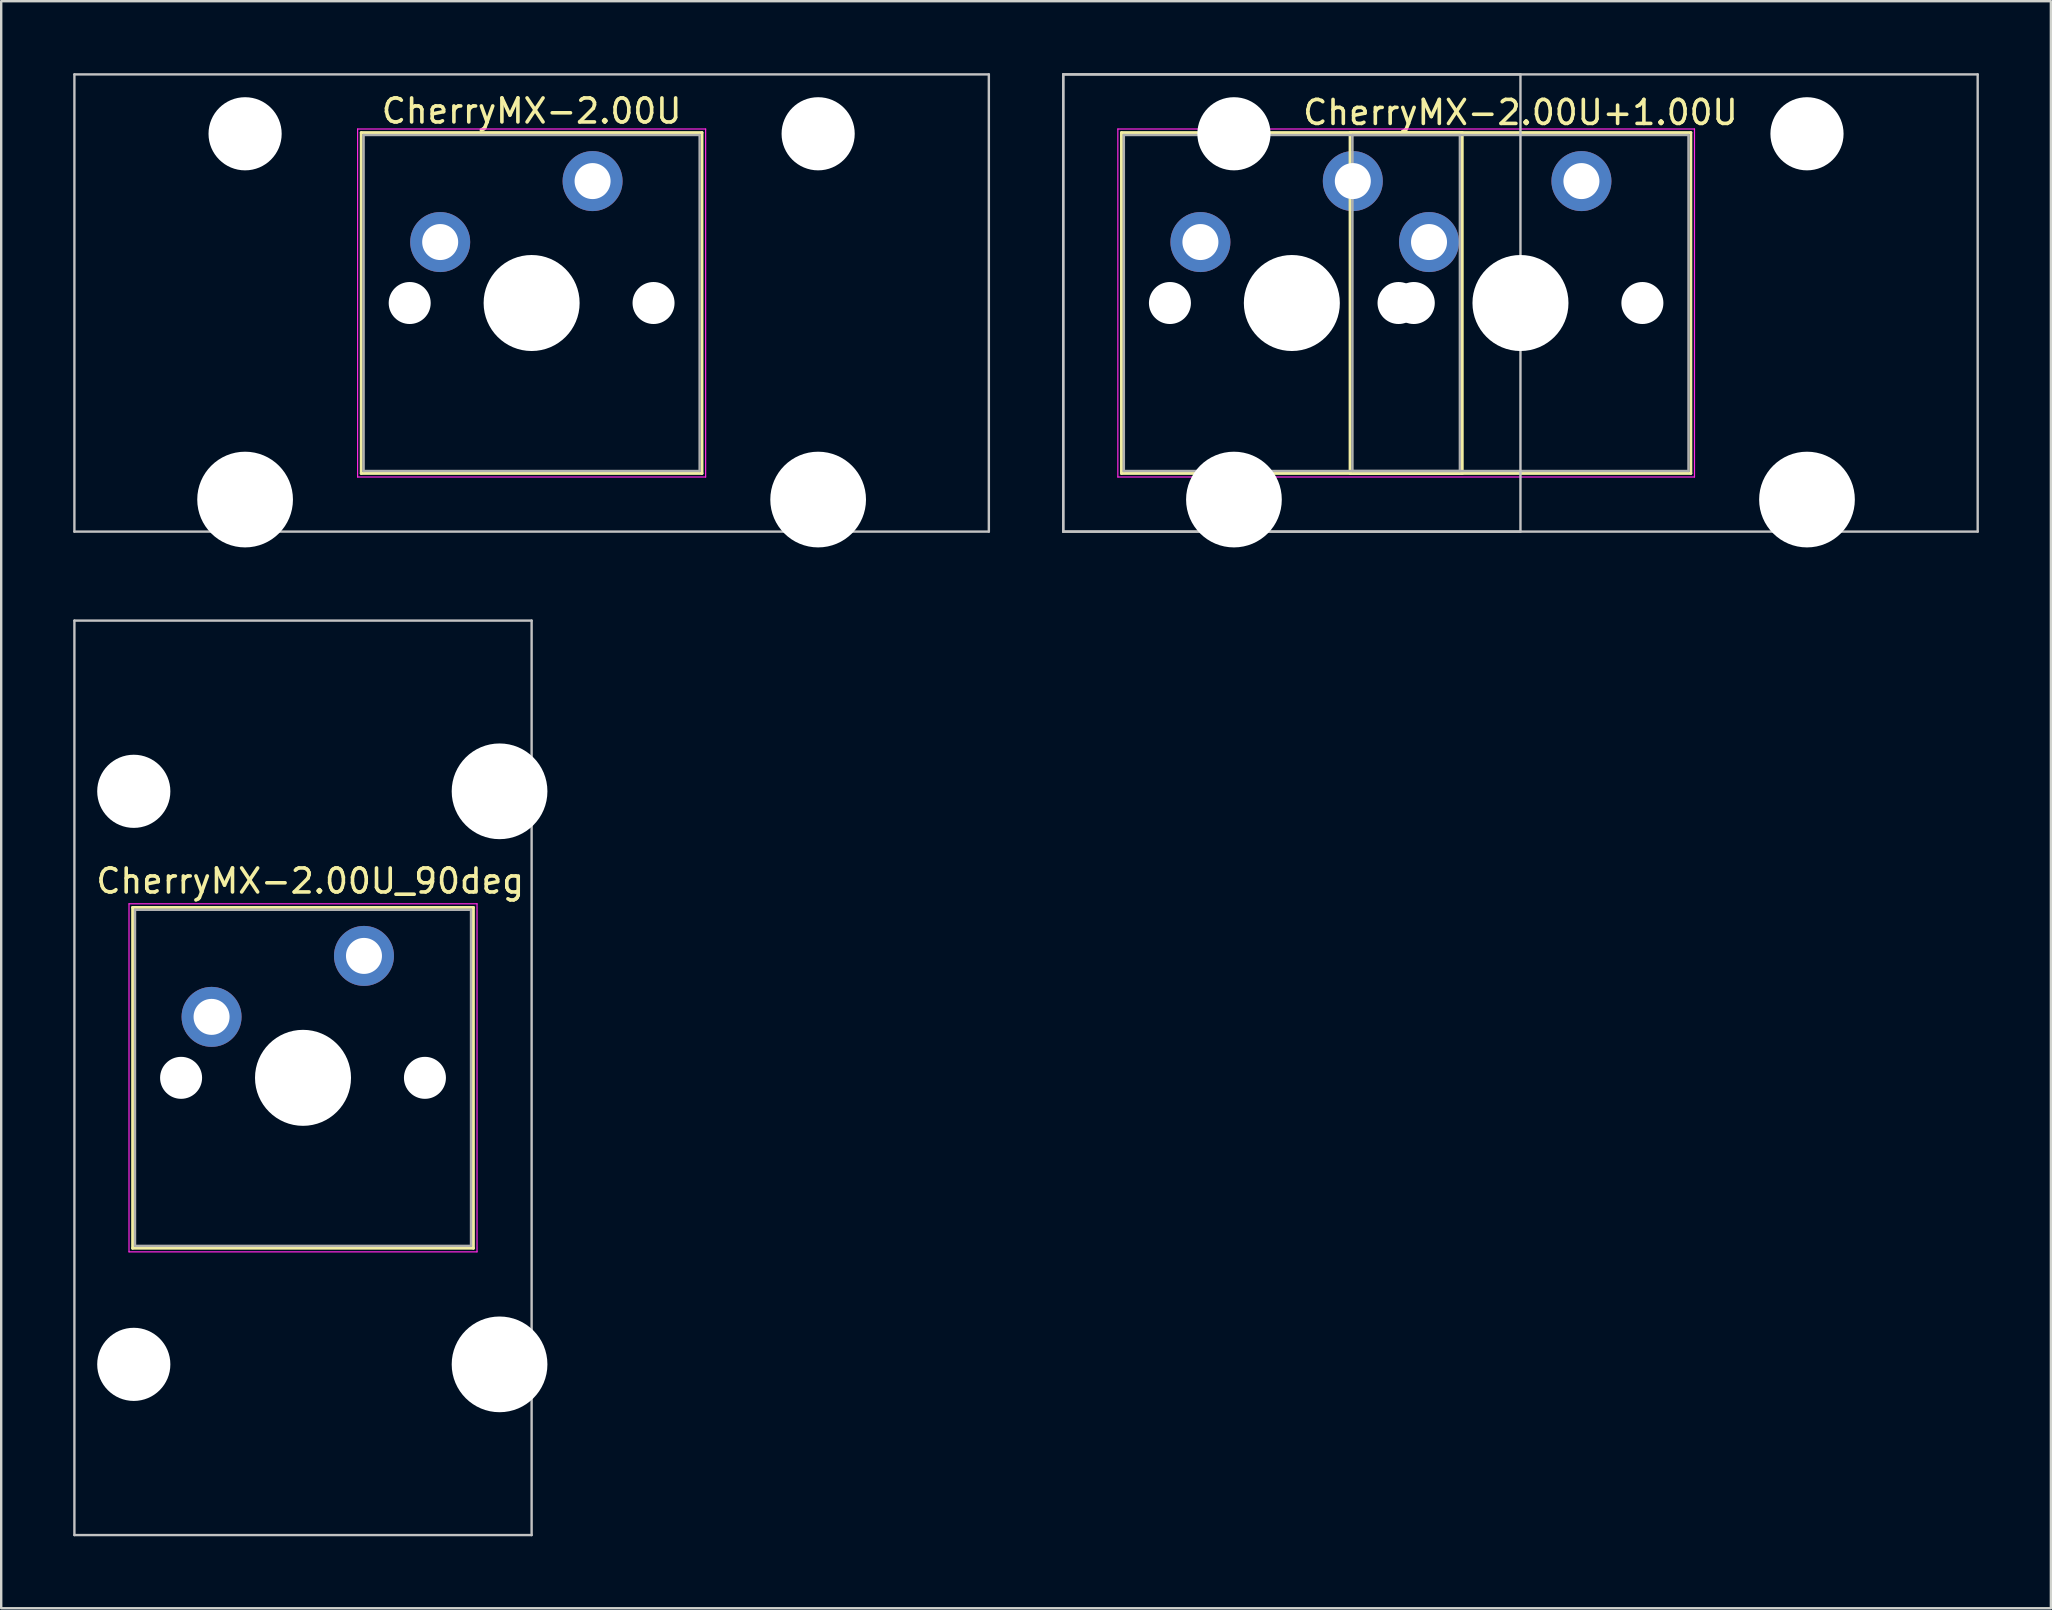
<source format=kicad_pcb>
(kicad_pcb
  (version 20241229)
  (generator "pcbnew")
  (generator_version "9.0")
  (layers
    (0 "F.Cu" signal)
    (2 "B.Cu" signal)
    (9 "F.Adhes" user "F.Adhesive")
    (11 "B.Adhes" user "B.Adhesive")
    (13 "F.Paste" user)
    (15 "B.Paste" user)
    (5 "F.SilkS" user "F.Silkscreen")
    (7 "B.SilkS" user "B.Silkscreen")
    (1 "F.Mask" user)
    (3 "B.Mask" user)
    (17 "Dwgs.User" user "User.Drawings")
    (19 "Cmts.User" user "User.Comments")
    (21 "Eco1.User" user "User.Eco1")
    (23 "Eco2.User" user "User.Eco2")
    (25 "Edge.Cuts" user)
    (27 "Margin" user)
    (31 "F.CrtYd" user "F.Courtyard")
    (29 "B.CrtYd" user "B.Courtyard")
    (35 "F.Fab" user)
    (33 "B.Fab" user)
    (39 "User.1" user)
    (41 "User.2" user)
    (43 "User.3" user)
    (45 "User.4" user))
  (footprint "CherryMX-2.00U_90deg"
    (layer "F.Cu")
    (at 9.575 41.858)
    (property "Reference" "CherryMX-2.00U_90deg" (at 0.3 -8.2 0) (layer "F.SilkS") (effects (font (size 1 1) (thickness 0.15))))
    (attr through_hole)
    (fp_line (start -7.1 -7.1) (end -7.1 7.1) (stroke (width 0.12) (type solid)) (layer "F.SilkS"))
    (fp_line (start -7.1 7.1) (end 7.1 7.1) (stroke (width 0.12) (type solid)) (layer "F.SilkS"))
    (fp_line (start 7.1 -7.1) (end -7.1 -7.1) (stroke (width 0.12) (type solid)) (layer "F.SilkS"))
    (fp_line (start 7.1 7.1) (end 7.1 -7.1) (stroke (width 0.12) (type solid)) (layer "F.SilkS"))
    (fp_line (start -9.525 -19.05) (end -9.525 19.05) (stroke (width 0.1) (type solid)) (layer "Dwgs.User"))
    (fp_line (start -9.525 19.05) (end 9.525 19.05) (stroke (width 0.1) (type solid)) (layer "Dwgs.User"))
    (fp_line (start 9.525 -19.05) (end -9.525 -19.05) (stroke (width 0.1) (type solid)) (layer "Dwgs.User"))
    (fp_line (start 9.525 19.05) (end 9.525 -19.05) (stroke (width 0.1) (type solid)) (layer "Dwgs.User"))
    (fp_line (start -7 -7) (end -7 7) (stroke (width 0.1) (type solid)) (layer "Eco1.User"))
    (fp_line (start -7 7) (end 7 7) (stroke (width 0.1) (type solid)) (layer "Eco1.User"))
    (fp_line (start 7 -7) (end -7 -7) (stroke (width 0.1) (type solid)) (layer "Eco1.User"))
    (fp_line (start 7 7) (end 7 -7) (stroke (width 0.1) (type solid)) (layer "Eco1.User"))
    (fp_line (start -7.25 -7.25) (end -7.25 7.25) (stroke (width 0.05) (type solid)) (layer "F.CrtYd"))
    (fp_line (start -7.25 7.25) (end 7.25 7.25) (stroke (width 0.05) (type solid)) (layer "F.CrtYd"))
    (fp_line (start 7.25 -7.25) (end -7.25 -7.25) (stroke (width 0.05) (type solid)) (layer "F.CrtYd"))
    (fp_line (start 7.25 7.25) (end 7.25 -7.25) (stroke (width 0.05) (type solid)) (layer "F.CrtYd"))
    (fp_line (start -7 -7) (end -7 7) (stroke (width 0.1) (type solid)) (layer "F.Fab"))
    (fp_line (start -7 7) (end 7 7) (stroke (width 0.1) (type solid)) (layer "F.Fab"))
    (fp_line (start 7 -7) (end -7 -7) (stroke (width 0.1) (type solid)) (layer "F.Fab"))
    (fp_line (start 7 7) (end 7 -7) (stroke (width 0.1) (type solid)) (layer "F.Fab"))
    (pad "" np_thru_hole circle (at -7.051 -11.938 90) (size 3.048 3.048) (drill 3.048) (layers "*.Cu" "*.Mask"))
    (pad "" np_thru_hole circle (at -7.051 11.938 90) (size 3.048 3.048) (drill 3.048) (layers "*.Cu" "*.Mask"))
    (pad "" np_thru_hole circle (at -5.08 0) (size 1.75 1.75) (drill 1.75) (layers "*.Cu" "*.Mask"))
    (pad "" np_thru_hole circle (at 0 0) (size 4 4) (drill 4) (layers "*.Cu" "*.Mask"))
    (pad "" np_thru_hole circle (at 5.08 0) (size 1.75 1.75) (drill 1.75) (layers "*.Cu" "*.Mask"))
    (pad "" np_thru_hole circle (at 8.189 -11.938 90) (size 3.988 3.988) (drill 3.988) (layers "*.Cu" "*.Mask"))
    (pad "" np_thru_hole circle (at 8.189 11.938 90) (size 3.988 3.988) (drill 3.988) (layers "*.Cu" "*.Mask"))
    (pad "1" thru_hole circle (at -3.81 -2.54) (size 2.5 2.5) (drill 1.5) (layers "*.Cu" "B.Mask"))
    (pad "2" thru_hole circle (at 2.54 -5.08) (size 2.5 2.5) (drill 1.5) (layers "*.Cu" "B.Mask")))
  (footprint "CherryMX-2.00U"
    (layer "F.Cu")
    (at 19.1 9.575)
    (property "Reference" "CherryMX-2.00U" (at 0 -8 0) (layer "F.SilkS") (effects (font (size 1 1) (thickness 0.15))))
    (attr through_hole)
    (fp_line (start -7.1 -7.1) (end -7.1 7.1) (stroke (width 0.12) (type solid)) (layer "F.SilkS"))
    (fp_line (start -7.1 7.1) (end 7.1 7.1) (stroke (width 0.12) (type solid)) (layer "F.SilkS"))
    (fp_line (start 7.1 -7.1) (end -7.1 -7.1) (stroke (width 0.12) (type solid)) (layer "F.SilkS"))
    (fp_line (start 7.1 7.1) (end 7.1 -7.1) (stroke (width 0.12) (type solid)) (layer "F.SilkS"))
    (fp_line (start -19.05 -9.525) (end -19.05 9.525) (stroke (width 0.1) (type solid)) (layer "Dwgs.User"))
    (fp_line (start -19.05 9.525) (end 19.05 9.525) (stroke (width 0.1) (type solid)) (layer "Dwgs.User"))
    (fp_line (start 19.05 -9.525) (end -19.05 -9.525) (stroke (width 0.1) (type solid)) (layer "Dwgs.User"))
    (fp_line (start 19.05 9.525) (end 19.05 -9.525) (stroke (width 0.1) (type solid)) (layer "Dwgs.User"))
    (fp_line (start -7 -7) (end -7 7) (stroke (width 0.1) (type solid)) (layer "Eco1.User"))
    (fp_line (start -7 7) (end 7 7) (stroke (width 0.1) (type solid)) (layer "Eco1.User"))
    (fp_line (start 7 -7) (end -7 -7) (stroke (width 0.1) (type solid)) (layer "Eco1.User"))
    (fp_line (start 7 7) (end 7 -7) (stroke (width 0.1) (type solid)) (layer "Eco1.User"))
    (fp_line (start -7.25 -7.25) (end -7.25 7.25) (stroke (width 0.05) (type solid)) (layer "F.CrtYd"))
    (fp_line (start -7.25 7.25) (end 7.25 7.25) (stroke (width 0.05) (type solid)) (layer "F.CrtYd"))
    (fp_line (start 7.25 -7.25) (end -7.25 -7.25) (stroke (width 0.05) (type solid)) (layer "F.CrtYd"))
    (fp_line (start 7.25 7.25) (end 7.25 -7.25) (stroke (width 0.05) (type solid)) (layer "F.CrtYd"))
    (fp_line (start -7 -7) (end -7 7) (stroke (width 0.1) (type solid)) (layer "F.Fab"))
    (fp_line (start -7 7) (end 7 7) (stroke (width 0.1) (type solid)) (layer "F.Fab"))
    (fp_line (start 7 -7) (end -7 -7) (stroke (width 0.1) (type solid)) (layer "F.Fab"))
    (fp_line (start 7 7) (end 7 -7) (stroke (width 0.1) (type solid)) (layer "F.Fab"))
    (pad "" np_thru_hole circle (at -11.938 -7.051) (size 3.048 3.048) (drill 3.048) (layers "*.Cu" "*.Mask"))
    (pad "" np_thru_hole circle (at -11.938 8.189) (size 3.988 3.988) (drill 3.988) (layers "*.Cu" "*.Mask"))
    (pad "" np_thru_hole circle (at -5.08 0) (size 1.75 1.75) (drill 1.75) (layers "*.Cu" "*.Mask"))
    (pad "" np_thru_hole circle (at 0 0) (size 4 4) (drill 4) (layers "*.Cu" "*.Mask"))
    (pad "" np_thru_hole circle (at 5.08 0) (size 1.75 1.75) (drill 1.75) (layers "*.Cu" "*.Mask"))
    (pad "" np_thru_hole circle (at 11.938 -7.051) (size 3.048 3.048) (drill 3.048) (layers "*.Cu" "*.Mask"))
    (pad "" np_thru_hole circle (at 11.938 8.189) (size 3.988 3.988) (drill 3.988) (layers "*.Cu" "*.Mask"))
    (pad "1" thru_hole circle (at -3.81 -2.54) (size 2.5 2.5) (drill 1.5) (layers "*.Cu" "B.Mask"))
    (pad "2" thru_hole circle (at 2.54 -5.08) (size 2.5 2.5) (drill 1.5) (layers "*.Cu" "B.Mask")))
  (footprint "CherryMX-2.00U+1.00U"
    (layer "F.Cu")
    (at 60.3 9.575)
    (property "Reference" "CherryMX-2.00U+1.00U" (at 0 -7.938 0) (unlocked yes) (layer "F.SilkS") (effects (font (size 1 1) (thickness 0.15))))
    (attr through_hole)
    (fp_line (start -16.625 -7.1) (end -16.625 7.1) (stroke (width 0.12) (type solid)) (layer "F.SilkS"))
    (fp_line (start -16.625 7.1) (end -2.425 7.1) (stroke (width 0.12) (type solid)) (layer "F.SilkS"))
    (fp_line (start -7.1 -7.1) (end -7.1 7.1) (stroke (width 0.12) (type solid)) (layer "F.SilkS"))
    (fp_line (start -7.1 7.1) (end 7.1 7.1) (stroke (width 0.12) (type solid)) (layer "F.SilkS"))
    (fp_line (start -2.425 -7.1) (end -16.625 -7.1) (stroke (width 0.12) (type solid)) (layer "F.SilkS"))
    (fp_line (start -2.425 7.1) (end -2.425 -7.1) (stroke (width 0.12) (type solid)) (layer "F.SilkS"))
    (fp_line (start 7.1 -7.1) (end -7.1 -7.1) (stroke (width 0.12) (type solid)) (layer "F.SilkS"))
    (fp_line (start 7.1 7.1) (end 7.1 -7.1) (stroke (width 0.12) (type solid)) (layer "F.SilkS"))
    (fp_line (start -19.05 -9.525) (end -19.05 9.525) (stroke (width 0.1) (type solid)) (layer "Dwgs.User"))
    (fp_line (start -19.05 -9.525) (end -19.05 9.525) (stroke (width 0.1) (type solid)) (layer "Dwgs.User"))
    (fp_line (start -19.05 9.525) (end 0 9.525) (stroke (width 0.1) (type solid)) (layer "Dwgs.User"))
    (fp_line (start -19.05 9.525) (end 19.05 9.525) (stroke (width 0.1) (type solid)) (layer "Dwgs.User"))
    (fp_line (start 0 -9.525) (end -19.05 -9.525) (stroke (width 0.1) (type solid)) (layer "Dwgs.User"))
    (fp_line (start 0 9.525) (end 0 -9.525) (stroke (width 0.1) (type solid)) (layer "Dwgs.User"))
    (fp_line (start 19.05 -9.525) (end -19.05 -9.525) (stroke (width 0.1) (type solid)) (layer "Dwgs.User"))
    (fp_line (start 19.05 9.525) (end 19.05 -9.525) (stroke (width 0.1) (type solid)) (layer "Dwgs.User"))
    (fp_line (start -16.525 -7) (end -16.525 7) (stroke (width 0.1) (type solid)) (layer "Eco1.User"))
    (fp_line (start -16.525 7) (end -2.525 7) (stroke (width 0.1) (type solid)) (layer "Eco1.User"))
    (fp_line (start -7 -7) (end -7 7) (stroke (width 0.1) (type solid)) (layer "Eco1.User"))
    (fp_line (start -7 7) (end 7 7) (stroke (width 0.1) (type solid)) (layer "Eco1.User"))
    (fp_line (start -2.525 -7) (end -16.525 -7) (stroke (width 0.1) (type solid)) (layer "Eco1.User"))
    (fp_line (start -2.525 7) (end -2.525 -7) (stroke (width 0.1) (type solid)) (layer "Eco1.User"))
    (fp_line (start 7 -7) (end -7 -7) (stroke (width 0.1) (type solid)) (layer "Eco1.User"))
    (fp_line (start 7 7) (end 7 -7) (stroke (width 0.1) (type solid)) (layer "Eco1.User"))
    (fp_line (start -16.775 -7.25) (end -16.775 7.25) (stroke (width 0.05) (type solid)) (layer "F.CrtYd"))
    (fp_line (start -16.775 7.25) (end 7.25 7.25) (stroke (width 0.05) (type solid)) (layer "F.CrtYd"))
    (fp_line (start 7.25 -7.25) (end -16.775 -7.25) (stroke (width 0.05) (type solid)) (layer "F.CrtYd"))
    (fp_line (start 7.25 7.25) (end 7.25 -7.25) (stroke (width 0.05) (type solid)) (layer "F.CrtYd"))
    (fp_line (start -16.525 -7) (end -16.525 7) (stroke (width 0.1) (type solid)) (layer "F.Fab"))
    (fp_line (start -16.525 7) (end -2.525 7) (stroke (width 0.1) (type solid)) (layer "F.Fab"))
    (fp_line (start -7 -7) (end -7 7) (stroke (width 0.1) (type solid)) (layer "F.Fab"))
    (fp_line (start -7 7) (end 7 7) (stroke (width 0.1) (type solid)) (layer "F.Fab"))
    (fp_line (start -2.525 -7) (end -16.525 -7) (stroke (width 0.1) (type solid)) (layer "F.Fab"))
    (fp_line (start -2.525 7) (end -2.525 -7) (stroke (width 0.1) (type solid)) (layer "F.Fab"))
    (fp_line (start 7 -7) (end -7 -7) (stroke (width 0.1) (type solid)) (layer "F.Fab"))
    (fp_line (start 7 7) (end 7 -7) (stroke (width 0.1) (type solid)) (layer "F.Fab"))
    (pad "" np_thru_hole circle (at -14.605 0) (size 1.75 1.75) (drill 1.75) (layers "*.Cu" "*.Mask"))
    (pad "" np_thru_hole circle (at -11.938 -7.051) (size 3.048 3.048) (drill 3.048) (layers "*.Cu" "*.Mask"))
    (pad "" np_thru_hole circle (at -11.938 8.189) (size 3.988 3.988) (drill 3.988) (layers "*.Cu" "*.Mask"))
    (pad "" np_thru_hole circle (at -9.525 0) (size 4 4) (drill 4) (layers "*.Cu" "*.Mask"))
    (pad "" np_thru_hole circle (at -5.08 0) (size 1.75 1.75) (drill 1.75) (layers "*.Cu" "*.Mask"))
    (pad "" np_thru_hole circle (at -4.445 0) (size 1.75 1.75) (drill 1.75) (layers "*.Cu" "*.Mask"))
    (pad "" np_thru_hole circle (at 0 0) (size 4 4) (drill 4) (layers "*.Cu" "*.Mask"))
    (pad "" np_thru_hole circle (at 5.08 0) (size 1.75 1.75) (drill 1.75) (layers "*.Cu" "*.Mask"))
    (pad "" np_thru_hole circle (at 11.938 -7.051) (size 3.048 3.048) (drill 3.048) (layers "*.Cu" "*.Mask"))
    (pad "" np_thru_hole circle (at 11.938 8.189) (size 3.988 3.988) (drill 3.988) (layers "*.Cu" "*.Mask"))
    (pad "1" thru_hole circle (at -13.335 -2.54) (size 2.5 2.5) (drill 1.5) (layers "*.Cu" "B.Mask"))
    (pad "1" thru_hole circle (at -3.81 -2.54) (size 2.5 2.5) (drill 1.5) (layers "*.Cu" "B.Mask"))
    (pad "2" thru_hole circle (at -6.985 -5.08) (size 2.5 2.5) (drill 1.5) (layers "*.Cu" "B.Mask"))
    (pad "2" thru_hole circle (at 2.54 -5.08) (size 2.5 2.5) (drill 1.5) (layers "*.Cu" "B.Mask")))
  (gr_rect
    (start -3 -3)
    (end 82.4 63.958)
    (stroke (width 0.1) (type default))
    (fill no)
    (layer "Edge.Cuts")))
</source>
